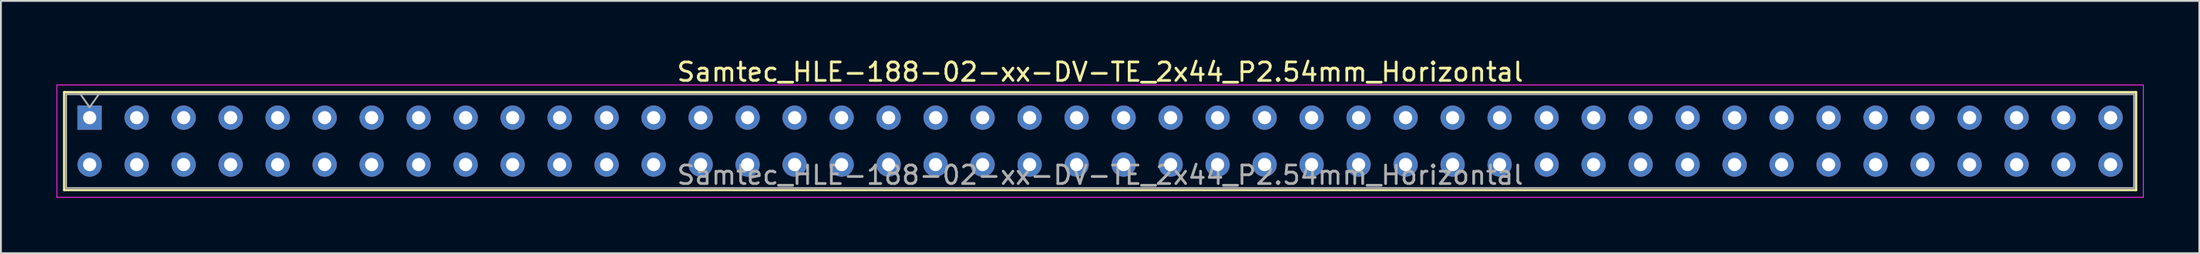
<source format=kicad_pcb>
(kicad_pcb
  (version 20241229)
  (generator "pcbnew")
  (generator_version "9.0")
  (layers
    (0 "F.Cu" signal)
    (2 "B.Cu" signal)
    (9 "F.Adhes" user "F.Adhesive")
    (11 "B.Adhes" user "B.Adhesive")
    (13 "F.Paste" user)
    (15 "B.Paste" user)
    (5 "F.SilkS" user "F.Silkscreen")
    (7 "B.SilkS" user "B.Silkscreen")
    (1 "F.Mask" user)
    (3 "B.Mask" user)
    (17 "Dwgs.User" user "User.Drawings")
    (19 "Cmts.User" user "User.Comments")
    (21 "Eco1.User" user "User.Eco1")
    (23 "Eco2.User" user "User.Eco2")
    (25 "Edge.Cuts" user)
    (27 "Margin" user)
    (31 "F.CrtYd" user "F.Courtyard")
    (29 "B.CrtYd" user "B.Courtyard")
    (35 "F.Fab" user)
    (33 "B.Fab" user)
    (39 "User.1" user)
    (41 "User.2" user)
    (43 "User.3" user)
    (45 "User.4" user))
  (footprint "Samtec_HLE-188-02-xx-DV-TE_2x44_P2.54mm_Horizontal"
    (layer "F.Cu")
    (at 1.795 3.318)
    (property "Reference" "Samtec_HLE-188-02-xx-DV-TE_2x44_P2.54mm_Horizontal" (at 54.61 -2.47 0) (layer "F.SilkS") (effects (font (size 1 1) (thickness 0.15))))
    (attr through_hole)
    (fp_line (start -1.38 -1.38) (end 110.6 -1.38) (stroke (width 0.12) (type solid)) (layer "F.SilkS"))
    (fp_line (start -1.38 3.92) (end -1.38 -1.38) (stroke (width 0.12) (type solid)) (layer "F.SilkS"))
    (fp_line (start 110.6 -1.38) (end 110.6 3.92) (stroke (width 0.12) (type solid)) (layer "F.SilkS"))
    (fp_line (start 110.6 3.92) (end -1.38 3.92) (stroke (width 0.12) (type solid)) (layer "F.SilkS"))
    (fp_line (start -1.77 -1.77) (end 110.99 -1.77) (stroke (width 0.05) (type solid)) (layer "F.CrtYd"))
    (fp_line (start -1.77 4.31) (end -1.77 -1.77) (stroke (width 0.05) (type solid)) (layer "F.CrtYd"))
    (fp_line (start 110.99 -1.77) (end 110.99 4.31) (stroke (width 0.05) (type solid)) (layer "F.CrtYd"))
    (fp_line (start 110.99 4.31) (end -1.77 4.31) (stroke (width 0.05) (type solid)) (layer "F.CrtYd"))
    (fp_line (start -1.27 -1.27) (end 110.49 -1.27) (stroke (width 0.1) (type solid)) (layer "F.Fab"))
    (fp_line (start -1.27 3.81) (end -1.27 -1.27) (stroke (width 0.1) (type solid)) (layer "F.Fab"))
    (fp_line (start -0.5 -1.27) (end 0 -0.563) (stroke (width 0.1) (type solid)) (layer "F.Fab"))
    (fp_line (start 0 -0.563) (end 0.5 -1.27) (stroke (width 0.1) (type solid)) (layer "F.Fab"))
    (fp_line (start 110.49 -1.27) (end 110.49 3.81) (stroke (width 0.1) (type solid)) (layer "F.Fab"))
    (fp_line (start 110.49 3.81) (end -1.27 3.81) (stroke (width 0.1) (type solid)) (layer "F.Fab"))
    (fp_text user "${REFERENCE}" (at 54.61 3.11 0) (layer "F.Fab") (effects (font (size 1 1) (thickness 0.15))))
    (pad "1" thru_hole rect (at 0 0) (size 1.31 1.31) (drill 0.71) (layers "*.Cu" "*.Mask"))
    (pad "2" thru_hole circle (at 0 2.54) (size 1.31 1.31) (drill 0.71) (layers "*.Cu" "*.Mask"))
    (pad "3" thru_hole circle (at 2.54 0) (size 1.31 1.31) (drill 0.71) (layers "*.Cu" "*.Mask"))
    (pad "4" thru_hole circle (at 2.54 2.54) (size 1.31 1.31) (drill 0.71) (layers "*.Cu" "*.Mask"))
    (pad "5" thru_hole circle (at 5.08 0) (size 1.31 1.31) (drill 0.71) (layers "*.Cu" "*.Mask"))
    (pad "6" thru_hole circle (at 5.08 2.54) (size 1.31 1.31) (drill 0.71) (layers "*.Cu" "*.Mask"))
    (pad "7" thru_hole circle (at 7.62 0) (size 1.31 1.31) (drill 0.71) (layers "*.Cu" "*.Mask"))
    (pad "8" thru_hole circle (at 7.62 2.54) (size 1.31 1.31) (drill 0.71) (layers "*.Cu" "*.Mask"))
    (pad "9" thru_hole circle (at 10.16 0) (size 1.31 1.31) (drill 0.71) (layers "*.Cu" "*.Mask"))
    (pad "10" thru_hole circle (at 10.16 2.54) (size 1.31 1.31) (drill 0.71) (layers "*.Cu" "*.Mask"))
    (pad "11" thru_hole circle (at 12.7 0) (size 1.31 1.31) (drill 0.71) (layers "*.Cu" "*.Mask"))
    (pad "12" thru_hole circle (at 12.7 2.54) (size 1.31 1.31) (drill 0.71) (layers "*.Cu" "*.Mask"))
    (pad "13" thru_hole circle (at 15.24 0) (size 1.31 1.31) (drill 0.71) (layers "*.Cu" "*.Mask"))
    (pad "14" thru_hole circle (at 15.24 2.54) (size 1.31 1.31) (drill 0.71) (layers "*.Cu" "*.Mask"))
    (pad "15" thru_hole circle (at 17.78 0) (size 1.31 1.31) (drill 0.71) (layers "*.Cu" "*.Mask"))
    (pad "16" thru_hole circle (at 17.78 2.54) (size 1.31 1.31) (drill 0.71) (layers "*.Cu" "*.Mask"))
    (pad "17" thru_hole circle (at 20.32 0) (size 1.31 1.31) (drill 0.71) (layers "*.Cu" "*.Mask"))
    (pad "18" thru_hole circle (at 20.32 2.54) (size 1.31 1.31) (drill 0.71) (layers "*.Cu" "*.Mask"))
    (pad "19" thru_hole circle (at 22.86 0) (size 1.31 1.31) (drill 0.71) (layers "*.Cu" "*.Mask"))
    (pad "20" thru_hole circle (at 22.86 2.54) (size 1.31 1.31) (drill 0.71) (layers "*.Cu" "*.Mask"))
    (pad "21" thru_hole circle (at 25.4 0) (size 1.31 1.31) (drill 0.71) (layers "*.Cu" "*.Mask"))
    (pad "22" thru_hole circle (at 25.4 2.54) (size 1.31 1.31) (drill 0.71) (layers "*.Cu" "*.Mask"))
    (pad "23" thru_hole circle (at 27.94 0) (size 1.31 1.31) (drill 0.71) (layers "*.Cu" "*.Mask"))
    (pad "24" thru_hole circle (at 27.94 2.54) (size 1.31 1.31) (drill 0.71) (layers "*.Cu" "*.Mask"))
    (pad "25" thru_hole circle (at 30.48 0) (size 1.31 1.31) (drill 0.71) (layers "*.Cu" "*.Mask"))
    (pad "26" thru_hole circle (at 30.48 2.54) (size 1.31 1.31) (drill 0.71) (layers "*.Cu" "*.Mask"))
    (pad "27" thru_hole circle (at 33.02 0) (size 1.31 1.31) (drill 0.71) (layers "*.Cu" "*.Mask"))
    (pad "28" thru_hole circle (at 33.02 2.54) (size 1.31 1.31) (drill 0.71) (layers "*.Cu" "*.Mask"))
    (pad "29" thru_hole circle (at 35.56 0) (size 1.31 1.31) (drill 0.71) (layers "*.Cu" "*.Mask"))
    (pad "30" thru_hole circle (at 35.56 2.54) (size 1.31 1.31) (drill 0.71) (layers "*.Cu" "*.Mask"))
    (pad "31" thru_hole circle (at 38.1 0) (size 1.31 1.31) (drill 0.71) (layers "*.Cu" "*.Mask"))
    (pad "32" thru_hole circle (at 38.1 2.54) (size 1.31 1.31) (drill 0.71) (layers "*.Cu" "*.Mask"))
    (pad "33" thru_hole circle (at 40.64 0) (size 1.31 1.31) (drill 0.71) (layers "*.Cu" "*.Mask"))
    (pad "34" thru_hole circle (at 40.64 2.54) (size 1.31 1.31) (drill 0.71) (layers "*.Cu" "*.Mask"))
    (pad "35" thru_hole circle (at 43.18 0) (size 1.31 1.31) (drill 0.71) (layers "*.Cu" "*.Mask"))
    (pad "36" thru_hole circle (at 43.18 2.54) (size 1.31 1.31) (drill 0.71) (layers "*.Cu" "*.Mask"))
    (pad "37" thru_hole circle (at 45.72 0) (size 1.31 1.31) (drill 0.71) (layers "*.Cu" "*.Mask"))
    (pad "38" thru_hole circle (at 45.72 2.54) (size 1.31 1.31) (drill 0.71) (layers "*.Cu" "*.Mask"))
    (pad "39" thru_hole circle (at 48.26 0) (size 1.31 1.31) (drill 0.71) (layers "*.Cu" "*.Mask"))
    (pad "40" thru_hole circle (at 48.26 2.54) (size 1.31 1.31) (drill 0.71) (layers "*.Cu" "*.Mask"))
    (pad "41" thru_hole circle (at 50.8 0) (size 1.31 1.31) (drill 0.71) (layers "*.Cu" "*.Mask"))
    (pad "42" thru_hole circle (at 50.8 2.54) (size 1.31 1.31) (drill 0.71) (layers "*.Cu" "*.Mask"))
    (pad "43" thru_hole circle (at 53.34 0) (size 1.31 1.31) (drill 0.71) (layers "*.Cu" "*.Mask"))
    (pad "44" thru_hole circle (at 53.34 2.54) (size 1.31 1.31) (drill 0.71) (layers "*.Cu" "*.Mask"))
    (pad "45" thru_hole circle (at 55.88 0) (size 1.31 1.31) (drill 0.71) (layers "*.Cu" "*.Mask"))
    (pad "46" thru_hole circle (at 55.88 2.54) (size 1.31 1.31) (drill 0.71) (layers "*.Cu" "*.Mask"))
    (pad "47" thru_hole circle (at 58.42 0) (size 1.31 1.31) (drill 0.71) (layers "*.Cu" "*.Mask"))
    (pad "48" thru_hole circle (at 58.42 2.54) (size 1.31 1.31) (drill 0.71) (layers "*.Cu" "*.Mask"))
    (pad "49" thru_hole circle (at 60.96 0) (size 1.31 1.31) (drill 0.71) (layers "*.Cu" "*.Mask"))
    (pad "50" thru_hole circle (at 60.96 2.54) (size 1.31 1.31) (drill 0.71) (layers "*.Cu" "*.Mask"))
    (pad "51" thru_hole circle (at 63.5 0) (size 1.31 1.31) (drill 0.71) (layers "*.Cu" "*.Mask"))
    (pad "52" thru_hole circle (at 63.5 2.54) (size 1.31 1.31) (drill 0.71) (layers "*.Cu" "*.Mask"))
    (pad "53" thru_hole circle (at 66.04 0) (size 1.31 1.31) (drill 0.71) (layers "*.Cu" "*.Mask"))
    (pad "54" thru_hole circle (at 66.04 2.54) (size 1.31 1.31) (drill 0.71) (layers "*.Cu" "*.Mask"))
    (pad "55" thru_hole circle (at 68.58 0) (size 1.31 1.31) (drill 0.71) (layers "*.Cu" "*.Mask"))
    (pad "56" thru_hole circle (at 68.58 2.54) (size 1.31 1.31) (drill 0.71) (layers "*.Cu" "*.Mask"))
    (pad "57" thru_hole circle (at 71.12 0) (size 1.31 1.31) (drill 0.71) (layers "*.Cu" "*.Mask"))
    (pad "58" thru_hole circle (at 71.12 2.54) (size 1.31 1.31) (drill 0.71) (layers "*.Cu" "*.Mask"))
    (pad "59" thru_hole circle (at 73.66 0) (size 1.31 1.31) (drill 0.71) (layers "*.Cu" "*.Mask"))
    (pad "60" thru_hole circle (at 73.66 2.54) (size 1.31 1.31) (drill 0.71) (layers "*.Cu" "*.Mask"))
    (pad "61" thru_hole circle (at 76.2 0) (size 1.31 1.31) (drill 0.71) (layers "*.Cu" "*.Mask"))
    (pad "62" thru_hole circle (at 76.2 2.54) (size 1.31 1.31) (drill 0.71) (layers "*.Cu" "*.Mask"))
    (pad "63" thru_hole circle (at 78.74 0) (size 1.31 1.31) (drill 0.71) (layers "*.Cu" "*.Mask"))
    (pad "64" thru_hole circle (at 78.74 2.54) (size 1.31 1.31) (drill 0.71) (layers "*.Cu" "*.Mask"))
    (pad "65" thru_hole circle (at 81.28 0) (size 1.31 1.31) (drill 0.71) (layers "*.Cu" "*.Mask"))
    (pad "66" thru_hole circle (at 81.28 2.54) (size 1.31 1.31) (drill 0.71) (layers "*.Cu" "*.Mask"))
    (pad "67" thru_hole circle (at 83.82 0) (size 1.31 1.31) (drill 0.71) (layers "*.Cu" "*.Mask"))
    (pad "68" thru_hole circle (at 83.82 2.54) (size 1.31 1.31) (drill 0.71) (layers "*.Cu" "*.Mask"))
    (pad "69" thru_hole circle (at 86.36 0) (size 1.31 1.31) (drill 0.71) (layers "*.Cu" "*.Mask"))
    (pad "70" thru_hole circle (at 86.36 2.54) (size 1.31 1.31) (drill 0.71) (layers "*.Cu" "*.Mask"))
    (pad "71" thru_hole circle (at 88.9 0) (size 1.31 1.31) (drill 0.71) (layers "*.Cu" "*.Mask"))
    (pad "72" thru_hole circle (at 88.9 2.54) (size 1.31 1.31) (drill 0.71) (layers "*.Cu" "*.Mask"))
    (pad "73" thru_hole circle (at 91.44 0) (size 1.31 1.31) (drill 0.71) (layers "*.Cu" "*.Mask"))
    (pad "74" thru_hole circle (at 91.44 2.54) (size 1.31 1.31) (drill 0.71) (layers "*.Cu" "*.Mask"))
    (pad "75" thru_hole circle (at 93.98 0) (size 1.31 1.31) (drill 0.71) (layers "*.Cu" "*.Mask"))
    (pad "76" thru_hole circle (at 93.98 2.54) (size 1.31 1.31) (drill 0.71) (layers "*.Cu" "*.Mask"))
    (pad "77" thru_hole circle (at 96.52 0) (size 1.31 1.31) (drill 0.71) (layers "*.Cu" "*.Mask"))
    (pad "78" thru_hole circle (at 96.52 2.54) (size 1.31 1.31) (drill 0.71) (layers "*.Cu" "*.Mask"))
    (pad "79" thru_hole circle (at 99.06 0) (size 1.31 1.31) (drill 0.71) (layers "*.Cu" "*.Mask"))
    (pad "80" thru_hole circle (at 99.06 2.54) (size 1.31 1.31) (drill 0.71) (layers "*.Cu" "*.Mask"))
    (pad "81" thru_hole circle (at 101.6 0) (size 1.31 1.31) (drill 0.71) (layers "*.Cu" "*.Mask"))
    (pad "82" thru_hole circle (at 101.6 2.54) (size 1.31 1.31) (drill 0.71) (layers "*.Cu" "*.Mask"))
    (pad "83" thru_hole circle (at 104.14 0) (size 1.31 1.31) (drill 0.71) (layers "*.Cu" "*.Mask"))
    (pad "84" thru_hole circle (at 104.14 2.54) (size 1.31 1.31) (drill 0.71) (layers "*.Cu" "*.Mask"))
    (pad "85" thru_hole circle (at 106.68 0) (size 1.31 1.31) (drill 0.71) (layers "*.Cu" "*.Mask"))
    (pad "86" thru_hole circle (at 106.68 2.54) (size 1.31 1.31) (drill 0.71) (layers "*.Cu" "*.Mask"))
    (pad "87" thru_hole circle (at 109.22 0) (size 1.31 1.31) (drill 0.71) (layers "*.Cu" "*.Mask"))
    (pad "88" thru_hole circle (at 109.22 2.54) (size 1.31 1.31) (drill 0.71) (layers "*.Cu" "*.Mask")))
  (gr_rect
    (start -3 -3)
    (end 115.81 10.653)
    (stroke (width 0.1) (type default))
    (fill no)
    (layer "Edge.Cuts")))
</source>
